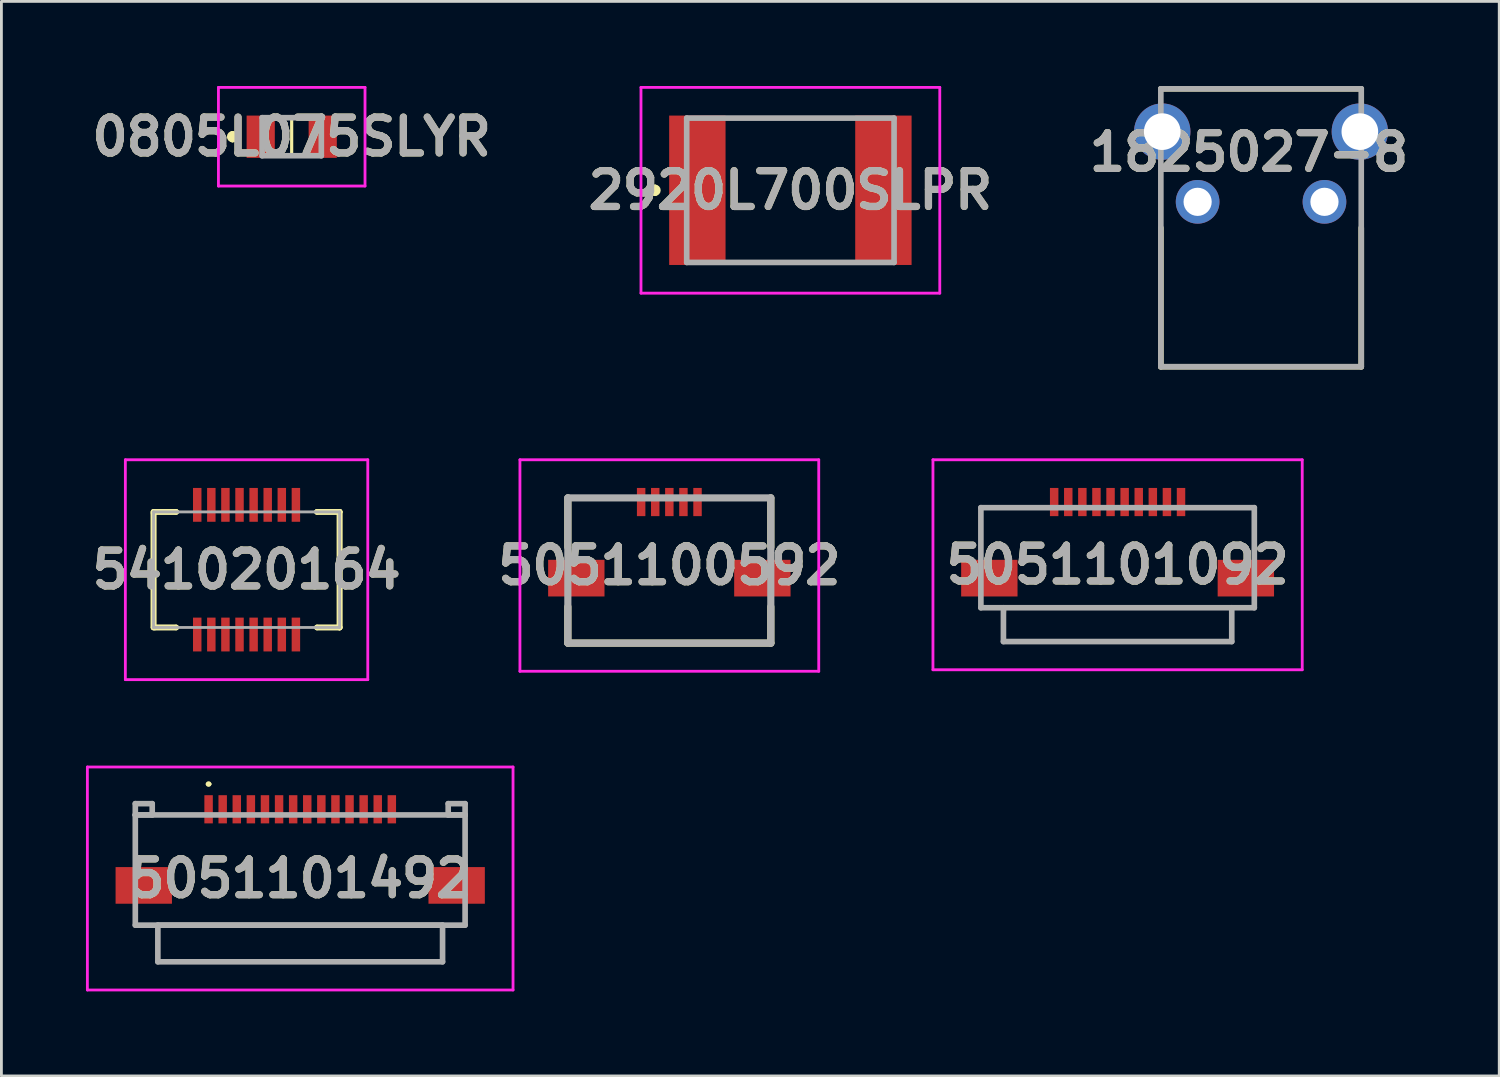
<source format=kicad_pcb>
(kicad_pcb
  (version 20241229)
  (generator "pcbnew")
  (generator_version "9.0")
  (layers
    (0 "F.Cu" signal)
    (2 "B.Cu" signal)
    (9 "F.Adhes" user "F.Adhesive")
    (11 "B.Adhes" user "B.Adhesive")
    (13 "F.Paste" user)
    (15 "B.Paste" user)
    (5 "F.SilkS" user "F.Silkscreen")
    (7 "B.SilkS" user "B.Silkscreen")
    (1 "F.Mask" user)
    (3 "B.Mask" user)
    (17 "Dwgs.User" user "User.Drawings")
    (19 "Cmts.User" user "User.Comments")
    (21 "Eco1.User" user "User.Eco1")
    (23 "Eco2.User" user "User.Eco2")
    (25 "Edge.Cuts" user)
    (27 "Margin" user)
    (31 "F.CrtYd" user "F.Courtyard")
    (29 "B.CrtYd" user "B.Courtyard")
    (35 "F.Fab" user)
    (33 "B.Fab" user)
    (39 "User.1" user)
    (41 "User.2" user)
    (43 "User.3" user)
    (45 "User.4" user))
  (footprint "5051101492"
    (layer "F.Cu")
    (at 7.6 28.265)
    (property "Reference" "5051101492" (at 0 -0.15 0) (layer "F.SilkS") (effects (font (size 1.27 1.27) (thickness 0.254))))
    (attr smd)
    (fp_line (start -5.85 -2.405) (end -5.85 -0.905) (stroke (width 0.1) (type solid)) (layer "F.SilkS"))
    (fp_line (start -5.85 1.095) (end -5.85 1.505) (stroke (width 0.1) (type solid)) (layer "F.SilkS"))
    (fp_line (start -5.85 1.505) (end 5.85 1.505) (stroke (width 0.1) (type solid)) (layer "F.SilkS"))
    (fp_line (start -4 -2.405) (end -5.85 -2.405) (stroke (width 0.1) (type solid)) (layer "F.SilkS"))
    (fp_line (start -3.3 -3.5) (end -3.3 -3.5) (stroke (width 0.1) (type solid)) (layer "F.SilkS"))
    (fp_line (start -3.2 -3.5) (end -3.2 -3.5) (stroke (width 0.1) (type solid)) (layer "F.SilkS"))
    (fp_line (start 4 -2.405) (end 5.85 -2.405) (stroke (width 0.1) (type solid)) (layer "F.SilkS"))
    (fp_line (start 5.85 -2.405) (end 5.85 -0.905) (stroke (width 0.1) (type solid)) (layer "F.SilkS"))
    (fp_line (start 5.85 1.505) (end 5.85 1.095) (stroke (width 0.1) (type solid)) (layer "F.SilkS"))
    (fp_arc (start -3.3 -3.5) (mid -3.25 -3.55) (end -3.2 -3.5) (stroke (width 0.1) (type solid)) (layer "F.SilkS"))
    (fp_arc (start -3.2 -3.5) (mid -3.25 -3.45) (end -3.3 -3.5) (stroke (width 0.1) (type solid)) (layer "F.SilkS"))
    (fp_line (start -7.55 -4.105) (end 7.55 -4.105) (stroke (width 0.1) (type solid)) (layer "F.CrtYd"))
    (fp_line (start -7.55 3.805) (end -7.55 -4.105) (stroke (width 0.1) (type solid)) (layer "F.CrtYd"))
    (fp_line (start 7.55 -4.105) (end 7.55 3.805) (stroke (width 0.1) (type solid)) (layer "F.CrtYd"))
    (fp_line (start 7.55 3.805) (end -7.55 3.805) (stroke (width 0.1) (type solid)) (layer "F.CrtYd"))
    (fp_line (start -5.85 -2.805) (end -5.85 -2.405) (stroke (width 0.2) (type solid)) (layer "F.Fab"))
    (fp_line (start -5.85 -2.405) (end -5.25 -2.405) (stroke (width 0.2) (type solid)) (layer "F.Fab"))
    (fp_line (start -5.85 -2.405) (end 5.85 -2.405) (stroke (width 0.2) (type solid)) (layer "F.Fab"))
    (fp_line (start -5.85 1.505) (end -5.85 -2.405) (stroke (width 0.2) (type solid)) (layer "F.Fab"))
    (fp_line (start -5.25 -2.805) (end -5.85 -2.805) (stroke (width 0.2) (type solid)) (layer "F.Fab"))
    (fp_line (start -5.25 -2.405) (end -5.25 -2.805) (stroke (width 0.2) (type solid)) (layer "F.Fab"))
    (fp_line (start -5.05 1.505) (end 5.05 1.505) (stroke (width 0.2) (type solid)) (layer "F.Fab"))
    (fp_line (start -5.05 2.805) (end -5.05 1.505) (stroke (width 0.2) (type solid)) (layer "F.Fab"))
    (fp_line (start 5.05 1.505) (end 5.05 2.805) (stroke (width 0.2) (type solid)) (layer "F.Fab"))
    (fp_line (start 5.05 2.805) (end -5.05 2.805) (stroke (width 0.2) (type solid)) (layer "F.Fab"))
    (fp_line (start 5.25 -2.805) (end 5.85 -2.805) (stroke (width 0.2) (type solid)) (layer "F.Fab"))
    (fp_line (start 5.25 -2.405) (end 5.25 -2.805) (stroke (width 0.2) (type solid)) (layer "F.Fab"))
    (fp_line (start 5.85 -2.805) (end 5.85 -2.405) (stroke (width 0.2) (type solid)) (layer "F.Fab"))
    (fp_line (start 5.85 -2.405) (end 5.25 -2.405) (stroke (width 0.2) (type solid)) (layer "F.Fab"))
    (fp_line (start 5.85 -2.405) (end 5.85 1.505) (stroke (width 0.2) (type solid)) (layer "F.Fab"))
    (fp_line (start 5.85 1.505) (end -5.85 1.505) (stroke (width 0.2) (type solid)) (layer "F.Fab"))
    (fp_text user "${REFERENCE}" (at 0 -0.15 0) (layer "F.Fab") (effects (font (size 1.27 1.27) (thickness 0.254))))
    (pad "1" smd rect (at -3.25 -2.605) (size 0.3 1) (layers "F.Cu" "F.Mask" "F.Paste"))
    (pad "2" smd rect (at -2.75 -2.605) (size 0.3 1) (layers "F.Cu" "F.Mask" "F.Paste"))
    (pad "3" smd rect (at -2.25 -2.605) (size 0.3 1) (layers "F.Cu" "F.Mask" "F.Paste"))
    (pad "4" smd rect (at -1.75 -2.605) (size 0.3 1) (layers "F.Cu" "F.Mask" "F.Paste"))
    (pad "5" smd rect (at -1.25 -2.605) (size 0.3 1) (layers "F.Cu" "F.Mask" "F.Paste"))
    (pad "6" smd rect (at -0.75 -2.605) (size 0.3 1) (layers "F.Cu" "F.Mask" "F.Paste"))
    (pad "7" smd rect (at -0.25 -2.605) (size 0.3 1) (layers "F.Cu" "F.Mask" "F.Paste"))
    (pad "8" smd rect (at 0.25 -2.605) (size 0.3 1) (layers "F.Cu" "F.Mask" "F.Paste"))
    (pad "9" smd rect (at 0.75 -2.605) (size 0.3 1) (layers "F.Cu" "F.Mask" "F.Paste"))
    (pad "10" smd rect (at 1.25 -2.605) (size 0.3 1) (layers "F.Cu" "F.Mask" "F.Paste"))
    (pad "11" smd rect (at 1.75 -2.605) (size 0.3 1) (layers "F.Cu" "F.Mask" "F.Paste"))
    (pad "12" smd rect (at 2.25 -2.605) (size 0.3 1) (layers "F.Cu" "F.Mask" "F.Paste"))
    (pad "13" smd rect (at 2.75 -2.605) (size 0.3 1) (layers "F.Cu" "F.Mask" "F.Paste"))
    (pad "14" smd rect (at 3.25 -2.605) (size 0.3 1) (layers "F.Cu" "F.Mask" "F.Paste"))
    (pad "MP1" smd rect (at -5.55 0.095 90) (size 1.3 2) (layers "F.Cu" "F.Mask" "F.Paste"))
    (pad "MP2" smd rect (at 5.55 0.095 90) (size 1.3 2) (layers "F.Cu" "F.Mask" "F.Paste")))
  (footprint "5051100592"
    (layer "F.Cu")
    (at 20.695 17.012)
    (property "Reference" "5051100592" (at 0 0 0) (layer "F.SilkS") (effects (font (size 1.27 1.27) (thickness 0.254))))
    (attr smd)
    (fp_line (start -3.6 -2.399) (end -3.6 -0.651) (stroke (width 0.254) (type solid)) (layer "F.SilkS"))
    (fp_line (start -3.6 2.752) (end -3.6 1.462) (stroke (width 0.254) (type solid)) (layer "F.SilkS"))
    (fp_line (start -3.6 2.752) (end 3.6 2.752) (stroke (width 0.254) (type solid)) (layer "F.SilkS"))
    (fp_line (start 3.6 -2.399) (end 3.6 -0.651) (stroke (width 0.254) (type solid)) (layer "F.SilkS"))
    (fp_line (start 3.6 2.752) (end 3.6 1.462) (stroke (width 0.254) (type solid)) (layer "F.SilkS"))
    (fp_line (start -5.3 -3.752) (end 5.3 -3.752) (stroke (width 0.1) (type solid)) (layer "F.CrtYd"))
    (fp_line (start -5.3 3.752) (end -5.3 -3.752) (stroke (width 0.1) (type solid)) (layer "F.CrtYd"))
    (fp_line (start 5.3 -3.752) (end 5.3 3.752) (stroke (width 0.1) (type solid)) (layer "F.CrtYd"))
    (fp_line (start 5.3 3.752) (end -5.3 3.752) (stroke (width 0.1) (type solid)) (layer "F.CrtYd"))
    (fp_line (start -3.6 -2.399) (end 3.6 -2.399) (stroke (width 0.254) (type solid)) (layer "F.Fab"))
    (fp_line (start -3.6 2.752) (end -3.6 -2.399) (stroke (width 0.254) (type solid)) (layer "F.Fab"))
    (fp_line (start 3.6 -2.399) (end 3.6 2.752) (stroke (width 0.254) (type solid)) (layer "F.Fab"))
    (fp_line (start 3.6 2.752) (end -3.6 2.752) (stroke (width 0.254) (type solid)) (layer "F.Fab"))
    (fp_text user "${REFERENCE}" (at 0 0 0) (layer "F.Fab") (effects (font (size 1.27 1.27) (thickness 0.254))))
    (pad "1" smd rect (at -1 -2.252) (size 0.3 1) (layers "F.Cu" "F.Mask" "F.Paste"))
    (pad "2" smd rect (at -0.5 -2.252) (size 0.3 1) (layers "F.Cu" "F.Mask" "F.Paste"))
    (pad "3" smd rect (at 0 -2.252) (size 0.3 1) (layers "F.Cu" "F.Mask" "F.Paste"))
    (pad "4" smd rect (at 0.5 -2.252) (size 0.3 1) (layers "F.Cu" "F.Mask" "F.Paste"))
    (pad "5" smd rect (at 1 -2.252) (size 0.3 1) (layers "F.Cu" "F.Mask" "F.Paste"))
    (pad "6" smd rect (at -3.3 0.448 90) (size 1.3 2) (layers "F.Cu" "F.Mask" "F.Paste"))
    (pad "7" smd rect (at 3.3 0.448 90) (size 1.3 2) (layers "F.Cu" "F.Mask" "F.Paste")))
  (footprint "5051101092"
    (layer "F.Cu")
    (at 36.597 17.235)
    (property "Reference" "5051101092" (at 0 -0.25 0) (layer "F.SilkS") (effects (font (size 1.27 1.27) (thickness 0.254))))
    (attr smd)
    (fp_line (start -4.85 -2.275) (end -3 -2.275) (stroke (width 0.1) (type solid)) (layer "F.SilkS"))
    (fp_line (start -4.85 -0.775) (end -4.85 -2.275) (stroke (width 0.1) (type solid)) (layer "F.SilkS"))
    (fp_line (start -4.85 1.275) (end -4 1.275) (stroke (width 0.1) (type solid)) (layer "F.SilkS"))
    (fp_line (start -4.05 2.475) (end 4.05 2.475) (stroke (width 0.1) (type solid)) (layer "F.SilkS"))
    (fp_line (start -4 1.275) (end -4.05 2.475) (stroke (width 0.1) (type solid)) (layer "F.SilkS"))
    (fp_line (start 3 -2.275) (end 4.85 -2.275) (stroke (width 0.1) (type solid)) (layer "F.SilkS"))
    (fp_line (start 4.05 1.275) (end 4.85 1.275) (stroke (width 0.1) (type solid)) (layer "F.SilkS"))
    (fp_line (start 4.05 2.475) (end 4.05 1.275) (stroke (width 0.1) (type solid)) (layer "F.SilkS"))
    (fp_line (start 4.85 -2.275) (end 4.85 -0.775) (stroke (width 0.1) (type solid)) (layer "F.SilkS"))
    (fp_line (start -6.55 -3.975) (end 6.55 -3.975) (stroke (width 0.1) (type solid)) (layer "F.CrtYd"))
    (fp_line (start -6.55 3.475) (end -6.55 -3.975) (stroke (width 0.1) (type solid)) (layer "F.CrtYd"))
    (fp_line (start 6.55 -3.975) (end 6.55 3.475) (stroke (width 0.1) (type solid)) (layer "F.CrtYd"))
    (fp_line (start 6.55 3.475) (end -6.55 3.475) (stroke (width 0.1) (type solid)) (layer "F.CrtYd"))
    (fp_line (start -4.85 -2.275) (end 4.85 -2.275) (stroke (width 0.2) (type solid)) (layer "F.Fab"))
    (fp_line (start -4.85 1.275) (end -4.85 -2.275) (stroke (width 0.2) (type solid)) (layer "F.Fab"))
    (fp_line (start -4.05 1.275) (end -4.05 2.475) (stroke (width 0.2) (type solid)) (layer "F.Fab"))
    (fp_line (start -4.05 2.475) (end 4.05 2.475) (stroke (width 0.2) (type solid)) (layer "F.Fab"))
    (fp_line (start 4.05 2.475) (end 4.05 1.275) (stroke (width 0.2) (type solid)) (layer "F.Fab"))
    (fp_line (start 4.85 -2.275) (end 4.85 1.275) (stroke (width 0.2) (type solid)) (layer "F.Fab"))
    (fp_line (start 4.85 1.275) (end -4.85 1.275) (stroke (width 0.2) (type solid)) (layer "F.Fab"))
    (fp_text user "${REFERENCE}" (at 0 -0.25 0) (layer "F.Fab") (effects (font (size 1.27 1.27) (thickness 0.254))))
    (pad "1" smd rect (at -2.25 -2.475 90) (size 1 0.3) (layers "F.Cu" "F.Mask" "F.Paste"))
    (pad "2" smd rect (at -1.75 -2.475 90) (size 1 0.3) (layers "F.Cu" "F.Mask" "F.Paste"))
    (pad "3" smd rect (at -1.25 -2.475 90) (size 1 0.3) (layers "F.Cu" "F.Mask" "F.Paste"))
    (pad "4" smd rect (at -0.75 -2.475 90) (size 1 0.3) (layers "F.Cu" "F.Mask" "F.Paste"))
    (pad "5" smd rect (at -0.25 -2.475 90) (size 1 0.3) (layers "F.Cu" "F.Mask" "F.Paste"))
    (pad "6" smd rect (at 0.25 -2.475 90) (size 1 0.3) (layers "F.Cu" "F.Mask" "F.Paste"))
    (pad "7" smd rect (at 0.75 -2.475 90) (size 1 0.3) (layers "F.Cu" "F.Mask" "F.Paste"))
    (pad "8" smd rect (at 1.25 -2.475 90) (size 1 0.3) (layers "F.Cu" "F.Mask" "F.Paste"))
    (pad "9" smd rect (at 1.75 -2.475 90) (size 1 0.3) (layers "F.Cu" "F.Mask" "F.Paste"))
    (pad "10" smd rect (at 2.25 -2.475 90) (size 1 0.3) (layers "F.Cu" "F.Mask" "F.Paste"))
    (pad "11" smd rect (at -4.55 0.225 90) (size 1.3 2) (layers "F.Cu" "F.Mask" "F.Paste"))
    (pad "12" smd rect (at 4.55 0.225 90) (size 1.3 2) (layers "F.Cu" "F.Mask" "F.Paste")))
  (footprint "2920L700SLPR"
    (layer "F.Cu")
    (at 24.989 3.7)
    (property "Reference" "2920L700SLPR" (at 0 0 0) (layer "F.SilkS") (effects (font (size 1.27 1.27) (thickness 0.254))))
    (attr smd)
    (fp_line (start -4.8 -0.1) (end -4.8 -0.1) (stroke (width 0.2) (type solid)) (layer "F.SilkS"))
    (fp_line (start -4.8 0.1) (end -4.8 0.1) (stroke (width 0.2) (type solid)) (layer "F.SilkS"))
    (fp_line (start -2 -2.56) (end 2 -2.56) (stroke (width 0.1) (type solid)) (layer "F.SilkS"))
    (fp_line (start -2 2.56) (end 2 2.56) (stroke (width 0.1) (type solid)) (layer "F.SilkS"))
    (fp_arc (start -4.8 -0.1) (mid -4.7 0) (end -4.8 0.1) (stroke (width 0.2) (type solid)) (layer "F.SilkS"))
    (fp_arc (start -4.8 0.1) (mid -4.9 0) (end -4.8 -0.1) (stroke (width 0.2) (type solid)) (layer "F.SilkS"))
    (fp_line (start -5.3 -3.65) (end 5.3 -3.65) (stroke (width 0.1) (type solid)) (layer "F.CrtYd"))
    (fp_line (start -5.3 3.65) (end -5.3 -3.65) (stroke (width 0.1) (type solid)) (layer "F.CrtYd"))
    (fp_line (start 5.3 -3.65) (end 5.3 3.65) (stroke (width 0.1) (type solid)) (layer "F.CrtYd"))
    (fp_line (start 5.3 3.65) (end -5.3 3.65) (stroke (width 0.1) (type solid)) (layer "F.CrtYd"))
    (fp_line (start -3.678 -2.56) (end 3.678 -2.56) (stroke (width 0.2) (type solid)) (layer "F.Fab"))
    (fp_line (start -3.678 2.56) (end -3.678 -2.56) (stroke (width 0.2) (type solid)) (layer "F.Fab"))
    (fp_line (start 3.678 -2.56) (end 3.678 2.56) (stroke (width 0.2) (type solid)) (layer "F.Fab"))
    (fp_line (start 3.678 2.56) (end -3.678 2.56) (stroke (width 0.2) (type solid)) (layer "F.Fab"))
    (fp_text user "${REFERENCE}" (at 0 0 0) (layer "F.Fab") (effects (font (size 1.27 1.27) (thickness 0.254))))
    (pad "1" smd rect (at -3.3 0) (size 2 5.3) (layers "F.Cu" "F.Mask" "F.Paste"))
    (pad "2" smd rect (at 3.3 0) (size 2 5.3) (layers "F.Cu" "F.Mask" "F.Paste")))
  (footprint "0805L075SLYR"
    (layer "F.Cu")
    (at 7.299 1.8)
    (property "Reference" "0805L075SLYR" (at 0 0 0) (layer "F.SilkS") (effects (font (size 1.27 1.27) (thickness 0.254))))
    (attr smd)
    (fp_line (start -2.1 -0.1) (end -2.1 -0.1) (stroke (width 0.2) (type solid)) (layer "F.SilkS"))
    (fp_line (start -2.1 0.1) (end -2.1 0.1) (stroke (width 0.2) (type solid)) (layer "F.SilkS"))
    (fp_line (start 0 -0.675) (end 0 0.675) (stroke (width 0.1) (type solid)) (layer "F.SilkS"))
    (fp_line (start 0 0.675) (end 0 -0.675) (stroke (width 0.1) (type solid)) (layer "F.SilkS"))
    (fp_arc (start -2.1 -0.1) (mid -2 0) (end -2.1 0.1) (stroke (width 0.2) (type solid)) (layer "F.SilkS"))
    (fp_arc (start -2.1 0.1) (mid -2.2 0) (end -2.1 -0.1) (stroke (width 0.2) (type solid)) (layer "F.SilkS"))
    (fp_line (start -2.6 -1.75) (end 2.6 -1.75) (stroke (width 0.1) (type solid)) (layer "F.CrtYd"))
    (fp_line (start -2.6 1.75) (end -2.6 -1.75) (stroke (width 0.1) (type solid)) (layer "F.CrtYd"))
    (fp_line (start 2.6 -1.75) (end 2.6 1.75) (stroke (width 0.1) (type solid)) (layer "F.CrtYd"))
    (fp_line (start 2.6 1.75) (end -2.6 1.75) (stroke (width 0.1) (type solid)) (layer "F.CrtYd"))
    (fp_line (start -1.05 -0.675) (end 1.05 -0.675) (stroke (width 0.2) (type solid)) (layer "F.Fab"))
    (fp_line (start -1.05 0.675) (end -1.05 -0.675) (stroke (width 0.2) (type solid)) (layer "F.Fab"))
    (fp_line (start 1.05 -0.675) (end 1.05 0.675) (stroke (width 0.2) (type solid)) (layer "F.Fab"))
    (fp_line (start 1.05 0.675) (end -1.05 0.675) (stroke (width 0.2) (type solid)) (layer "F.Fab"))
    (fp_text user "${REFERENCE}" (at 0 0 0) (layer "F.Fab") (effects (font (size 1.27 1.27) (thickness 0.254))))
    (pad "1" smd rect (at -1.1 0) (size 1 1.5) (layers "F.Cu" "F.Mask" "F.Paste"))
    (pad "2" smd rect (at 1.1 0) (size 1 1.5) (layers "F.Cu" "F.Mask" "F.Paste")))
  (footprint "541020164"
    (layer "F.Cu")
    (at 5.697 17.16)
    (property "Reference" "541020164" (at 0 0 0) (layer "F.SilkS") (effects (font (size 1.27 1.27) (thickness 0.254))))
    (attr smd)
    (fp_line (start -3.3 -2.05) (end -3.3 -2.05) (stroke (width 0.2) (type solid)) (layer "F.SilkS"))
    (fp_line (start -3.3 -2.05) (end -2.5 -2.05) (stroke (width 0.2) (type solid)) (layer "F.SilkS"))
    (fp_line (start -3.3 -2) (end -3.3 -2) (stroke (width 0.2) (type solid)) (layer "F.SilkS"))
    (fp_line (start -3.3 -2) (end -3.3 2.05) (stroke (width 0.2) (type solid)) (layer "F.SilkS"))
    (fp_line (start -3.3 2.05) (end -3.3 -2) (stroke (width 0.2) (type solid)) (layer "F.SilkS"))
    (fp_line (start -3.3 2.05) (end -3.3 2.05) (stroke (width 0.2) (type solid)) (layer "F.SilkS"))
    (fp_line (start -3.25 2.05) (end -3.25 2.05) (stroke (width 0.2) (type solid)) (layer "F.SilkS"))
    (fp_line (start -3.25 2.05) (end -2.5 2.05) (stroke (width 0.2) (type solid)) (layer "F.SilkS"))
    (fp_line (start -2.5 -2.05) (end -3.3 -2.05) (stroke (width 0.2) (type solid)) (layer "F.SilkS"))
    (fp_line (start -2.5 -2.05) (end -2.5 -2.05) (stroke (width 0.2) (type solid)) (layer "F.SilkS"))
    (fp_line (start -2.5 2.05) (end -3.25 2.05) (stroke (width 0.2) (type solid)) (layer "F.SilkS"))
    (fp_line (start -2.5 2.05) (end -2.5 2.05) (stroke (width 0.2) (type solid)) (layer "F.SilkS"))
    (fp_line (start 2.5 -2.05) (end 2.5 -2.05) (stroke (width 0.2) (type solid)) (layer "F.SilkS"))
    (fp_line (start 2.5 -2.05) (end 3.3 -2.05) (stroke (width 0.2) (type solid)) (layer "F.SilkS"))
    (fp_line (start 2.5 2.05) (end 2.5 2.05) (stroke (width 0.2) (type solid)) (layer "F.SilkS"))
    (fp_line (start 2.5 2.05) (end 3.3 2.05) (stroke (width 0.2) (type solid)) (layer "F.SilkS"))
    (fp_line (start 3.3 -2.05) (end 2.5 -2.05) (stroke (width 0.2) (type solid)) (layer "F.SilkS"))
    (fp_line (start 3.3 -2.05) (end 3.3 -2.05) (stroke (width 0.2) (type solid)) (layer "F.SilkS"))
    (fp_line (start 3.3 -2.05) (end 3.3 -2.05) (stroke (width 0.2) (type solid)) (layer "F.SilkS"))
    (fp_line (start 3.3 -2.05) (end 3.3 2.05) (stroke (width 0.2) (type solid)) (layer "F.SilkS"))
    (fp_line (start 3.3 2.05) (end 2.5 2.05) (stroke (width 0.2) (type solid)) (layer "F.SilkS"))
    (fp_line (start 3.3 2.05) (end 3.3 -2.05) (stroke (width 0.2) (type solid)) (layer "F.SilkS"))
    (fp_line (start 3.3 2.05) (end 3.3 2.05) (stroke (width 0.2) (type solid)) (layer "F.SilkS"))
    (fp_line (start 3.3 2.05) (end 3.3 2.05) (stroke (width 0.2) (type solid)) (layer "F.SilkS"))
    (fp_line (start -4.3 -3.9) (end 4.3 -3.9) (stroke (width 0.1) (type solid)) (layer "F.CrtYd"))
    (fp_line (start -4.3 3.9) (end -4.3 -3.9) (stroke (width 0.1) (type solid)) (layer "F.CrtYd"))
    (fp_line (start 4.3 -3.9) (end 4.3 3.9) (stroke (width 0.1) (type solid)) (layer "F.CrtYd"))
    (fp_line (start 4.3 3.9) (end -4.3 3.9) (stroke (width 0.1) (type solid)) (layer "F.CrtYd"))
    (fp_line (start -3.3 -2.05) (end -3.3 2.05) (stroke (width 0.1) (type solid)) (layer "F.Fab"))
    (fp_line (start -3.3 2.05) (end 3.3 2.05) (stroke (width 0.1) (type solid)) (layer "F.Fab"))
    (fp_line (start 3.3 -2.05) (end -3.3 -2.05) (stroke (width 0.1) (type solid)) (layer "F.Fab"))
    (fp_line (start 3.3 2.05) (end 3.3 -2.05) (stroke (width 0.1) (type solid)) (layer "F.Fab"))
    (fp_text user "${REFERENCE}" (at 0 0 0) (layer "F.Fab") (effects (font (size 1.27 1.27) (thickness 0.254))))
    (pad "1" smd rect (at -1.75 2.3) (size 0.3 1.2) (layers "F.Cu" "F.Mask" "F.Paste"))
    (pad "2" smd rect (at -1.25 2.3) (size 0.3 1.2) (layers "F.Cu" "F.Mask" "F.Paste"))
    (pad "3" smd rect (at -0.75 2.3) (size 0.3 1.2) (layers "F.Cu" "F.Mask" "F.Paste"))
    (pad "4" smd rect (at -0.25 2.3) (size 0.3 1.2) (layers "F.Cu" "F.Mask" "F.Paste"))
    (pad "5" smd rect (at 0.25 2.3) (size 0.3 1.2) (layers "F.Cu" "F.Mask" "F.Paste"))
    (pad "6" smd rect (at 0.75 2.3) (size 0.3 1.2) (layers "F.Cu" "F.Mask" "F.Paste"))
    (pad "7" smd rect (at 1.25 2.3) (size 0.3 1.2) (layers "F.Cu" "F.Mask" "F.Paste"))
    (pad "8" smd rect (at 1.75 2.3) (size 0.3 1.2) (layers "F.Cu" "F.Mask" "F.Paste"))
    (pad "9" smd rect (at 1.75 -2.3) (size 0.3 1.2) (layers "F.Cu" "F.Mask" "F.Paste"))
    (pad "10" smd rect (at 1.25 -2.3) (size 0.3 1.2) (layers "F.Cu" "F.Mask" "F.Paste"))
    (pad "11" smd rect (at 0.75 -2.3) (size 0.3 1.2) (layers "F.Cu" "F.Mask" "F.Paste"))
    (pad "12" smd rect (at 0.25 -2.3) (size 0.3 1.2) (layers "F.Cu" "F.Mask" "F.Paste"))
    (pad "13" smd rect (at -0.25 -2.3) (size 0.3 1.2) (layers "F.Cu" "F.Mask" "F.Paste"))
    (pad "14" smd rect (at -0.75 -2.3) (size 0.3 1.2) (layers "F.Cu" "F.Mask" "F.Paste"))
    (pad "15" smd rect (at -1.25 -2.3) (size 0.3 1.2) (layers "F.Cu" "F.Mask" "F.Paste"))
    (pad "16" smd rect (at -1.75 -2.3) (size 0.3 1.2) (layers "F.Cu" "F.Mask" "F.Paste")))
  (footprint "1825027-8"
    (layer "F.Cu")
    (at 41.686 9.96)
    (property "Reference" "1825027-8" (at -0.428 -7.61 0) (layer "F.SilkS") (effects (font (size 1.27 1.27) (thickness 0.254))))
    (attr through_hole)
    (fp_line (start -3.555 -9.86) (end 3.555 -9.86) (stroke (width 0.2) (type solid)) (layer "F.SilkS"))
    (fp_line (start -3.555 -4.93) (end -3.555 0) (stroke (width 0.2) (type solid)) (layer "F.SilkS"))
    (fp_line (start -3.555 0) (end 3.555 0) (stroke (width 0.2) (type solid)) (layer "F.SilkS"))
    (fp_line (start 3.555 0) (end 3.555 -4.93) (stroke (width 0.2) (type solid)) (layer "F.SilkS"))
    (fp_line (start -3.555 -9.86) (end 3.555 -9.86) (stroke (width 0.2) (type solid)) (layer "F.Fab"))
    (fp_line (start -3.555 0) (end -3.555 -9.86) (stroke (width 0.2) (type solid)) (layer "F.Fab"))
    (fp_line (start 3.555 -9.86) (end 3.555 0) (stroke (width 0.2) (type solid)) (layer "F.Fab"))
    (fp_line (start 3.555 0) (end -3.555 0) (stroke (width 0.2) (type solid)) (layer "F.Fab"))
    (fp_text user "${REFERENCE}" (at -0.428 -7.61 0) (layer "F.Fab") (effects (font (size 1.27 1.27) (thickness 0.254))))
    (pad "1" thru_hole circle (at -2.25 -5.85) (size 1.55 1.55) (drill 1) (layers "*.Cu" "*.Mask"))
    (pad "2" thru_hole circle (at 2.25 -5.85) (size 1.55 1.55) (drill 1) (layers "*.Cu" "*.Mask"))
    (pad "3" thru_hole circle (at -3.505 -8.34) (size 2 2) (drill 1.3) (layers "*.Cu" "*.Mask"))
    (pad "4" thru_hole circle (at 3.505 -8.34) (size 2 2) (drill 1.3) (layers "*.Cu" "*.Mask")))
  (gr_rect
    (start -3 -3)
    (end 50.136 35.12)
    (stroke (width 0.1) (type default))
    (fill no)
    (layer "Edge.Cuts")))
</source>
